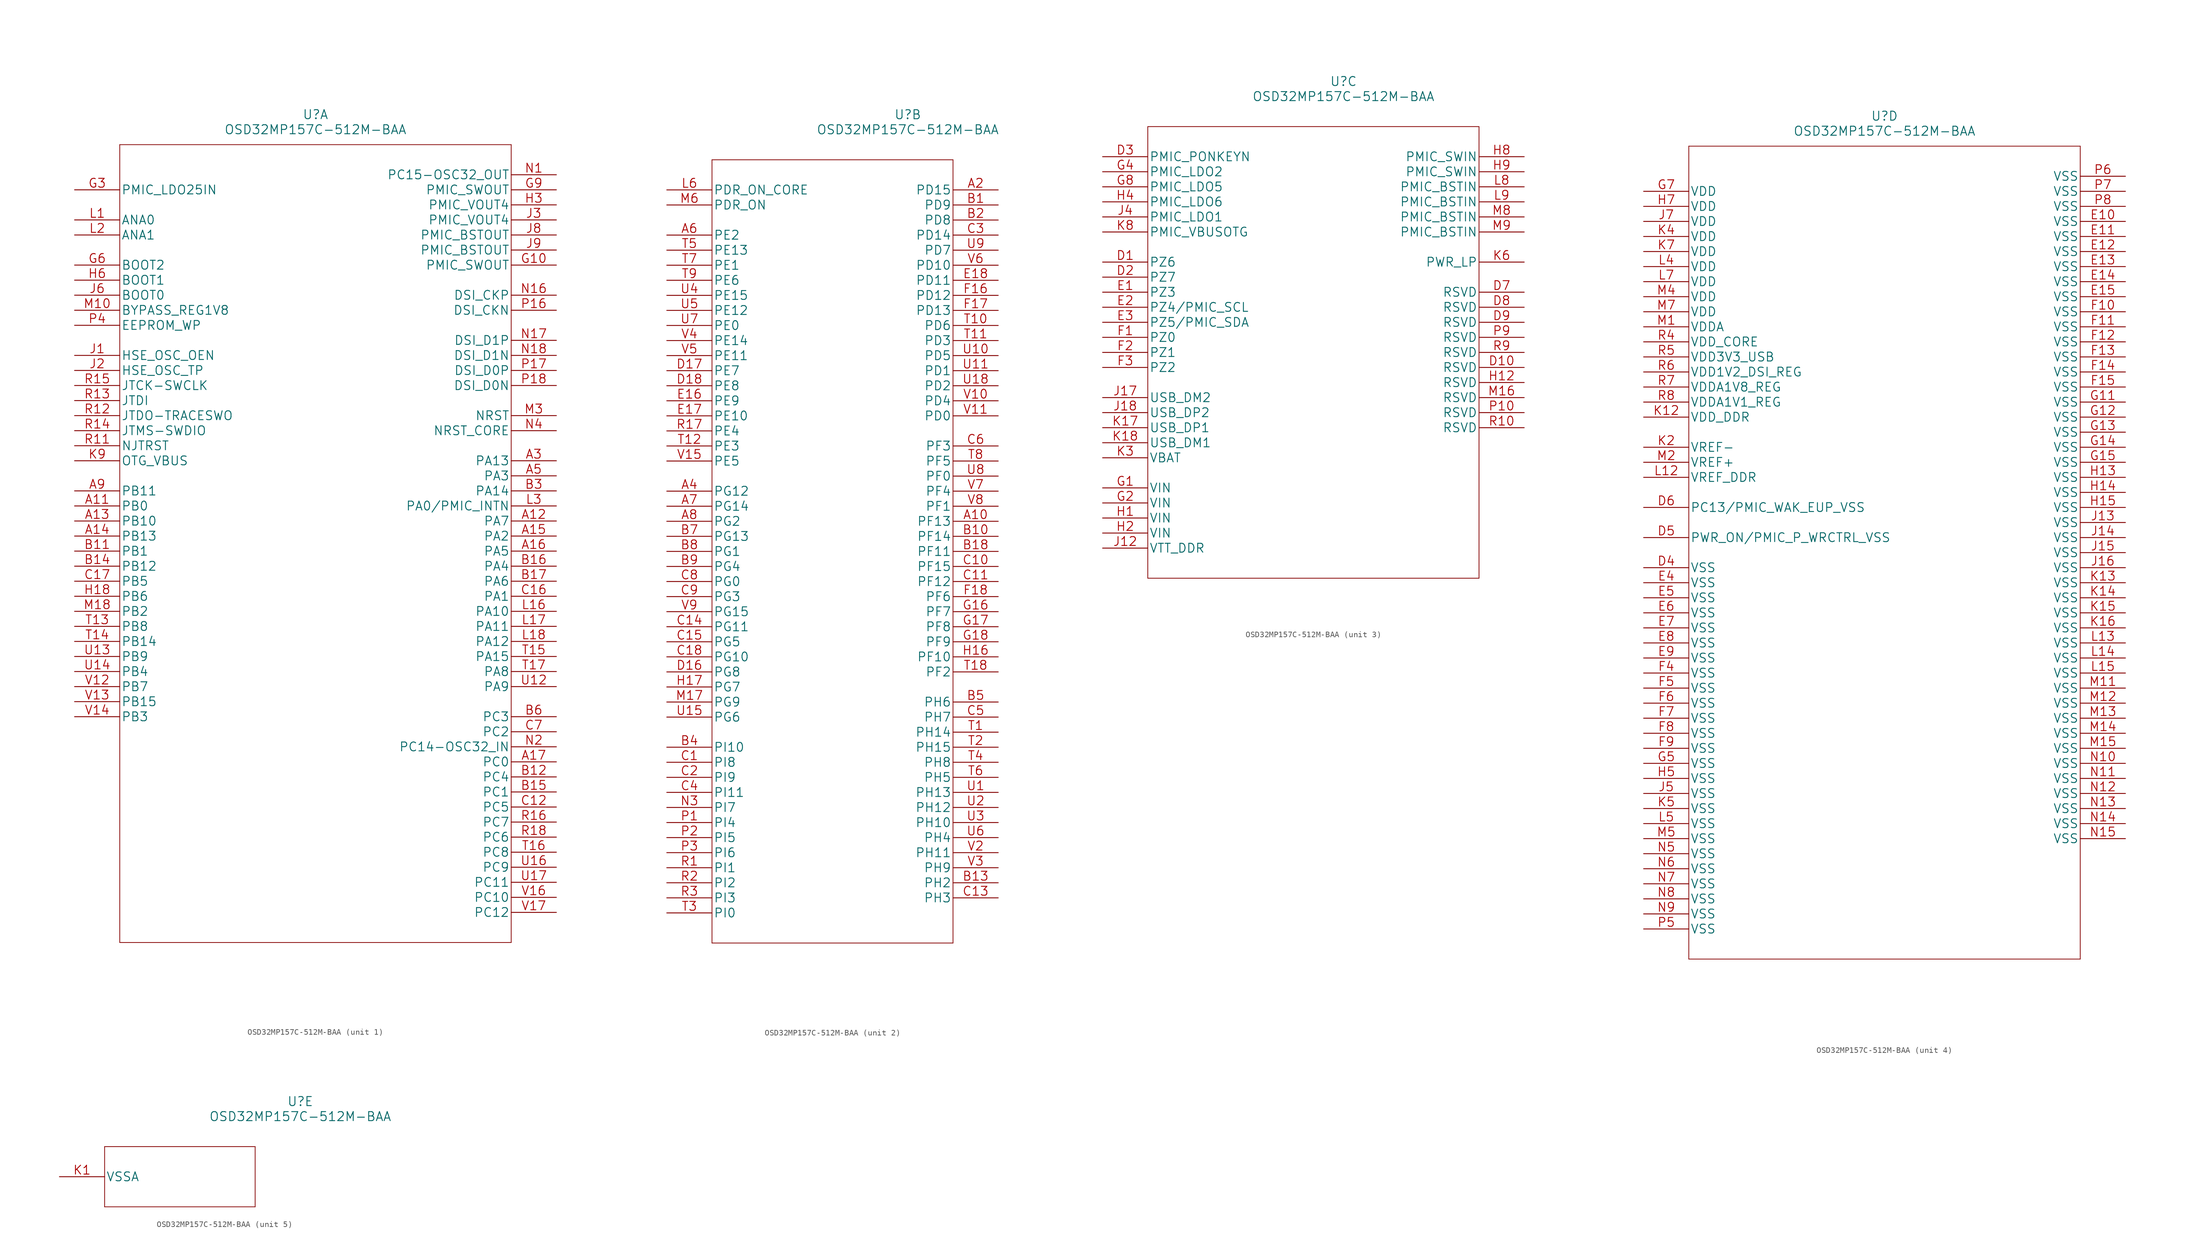
<source format=kicad_sym>
(kicad_symbol_lib
  (version 20211014)
  (generator kicad_symbol_editor)
  (symbol "OSD32MP157C-512M-BAA"
    (pin_names
      (offset 0.254))
    (property "Reference" "U"
      (at 40.64 12.7 0)
      (effects (font (size 1.524 1.524))))
    (property "Value" "OSD32MP157C-512M-BAA"
      (at 40.64 10.16 0)
      (effects (font (size 1.524 1.524))))
    (property "ki_locked" ""
      (at 0 0 0)
      (effects (font (size 1.27 1.27))))
    (symbol "OSD32MP157C-512M-BAA_1_1"
      (polyline (pts (xy 7.62 -127) (xy 73.66 -127)) (stroke (width 0.127) (type default) (color 0 0 0 0)) (fill (type none)))
      (polyline (pts (xy 7.62 7.62) (xy 7.62 -127)) (stroke (width 0.127) (type default) (color 0 0 0 0)) (fill (type none)))
      (polyline (pts (xy 73.66 -127) (xy 73.66 7.62)) (stroke (width 0.127) (type default) (color 0 0 0 0)) (fill (type none)))
      (polyline (pts (xy 73.66 7.62) (xy 7.62 7.62)) (stroke (width 0.127) (type default) (color 0 0 0 0)) (fill (type none)))
      (pin bidirectional line (at 0 -53.34 0) (length 7.62) (name "PB0" (effects (font (size 1.499 1.499)))) (number "A11" (effects (font (size 1.499 1.499)))))
      (pin bidirectional line (at 81.28 -55.88 180) (length 7.62) (name "PA7" (effects (font (size 1.499 1.499)))) (number "A12" (effects (font (size 1.499 1.499)))))
      (pin bidirectional line (at 0 -55.88 0) (length 7.62) (name "PB10" (effects (font (size 1.499 1.499)))) (number "A13" (effects (font (size 1.499 1.499)))))
      (pin bidirectional line (at 0 -58.42 0) (length 7.62) (name "PB13" (effects (font (size 1.499 1.499)))) (number "A14" (effects (font (size 1.499 1.499)))))
      (pin bidirectional line (at 81.28 -58.42 180) (length 7.62) (name "PA2" (effects (font (size 1.499 1.499)))) (number "A15" (effects (font (size 1.499 1.499)))))
      (pin bidirectional line (at 81.28 -60.96 180) (length 7.62) (name "PA5" (effects (font (size 1.499 1.499)))) (number "A16" (effects (font (size 1.499 1.499)))))
      (pin bidirectional line (at 81.28 -96.52 180) (length 7.62) (name "PC0" (effects (font (size 1.499 1.499)))) (number "A17" (effects (font (size 1.499 1.499)))))
      (pin bidirectional line (at 81.28 -45.72 180) (length 7.62) (name "PA13" (effects (font (size 1.499 1.499)))) (number "A3" (effects (font (size 1.499 1.499)))))
      (pin bidirectional line (at 81.28 -48.26 180) (length 7.62) (name "PA3" (effects (font (size 1.499 1.499)))) (number "A5" (effects (font (size 1.499 1.499)))))
      (pin bidirectional line (at 0 -50.8 0) (length 7.62) (name "PB11" (effects (font (size 1.499 1.499)))) (number "A9" (effects (font (size 1.499 1.499)))))
      (pin bidirectional line (at 0 -60.96 0) (length 7.62) (name "PB1" (effects (font (size 1.499 1.499)))) (number "B11" (effects (font (size 1.499 1.499)))))
      (pin bidirectional line (at 81.28 -99.06 180) (length 7.62) (name "PC4" (effects (font (size 1.499 1.499)))) (number "B12" (effects (font (size 1.499 1.499)))))
      (pin bidirectional line (at 0 -63.5 0) (length 7.62) (name "PB12" (effects (font (size 1.499 1.499)))) (number "B14" (effects (font (size 1.499 1.499)))))
      (pin bidirectional line (at 81.28 -101.6 180) (length 7.62) (name "PC1" (effects (font (size 1.499 1.499)))) (number "B15" (effects (font (size 1.499 1.499)))))
      (pin bidirectional line (at 81.28 -63.5 180) (length 7.62) (name "PA4" (effects (font (size 1.499 1.499)))) (number "B16" (effects (font (size 1.499 1.499)))))
      (pin bidirectional line (at 81.28 -66.04 180) (length 7.62) (name "PA6" (effects (font (size 1.499 1.499)))) (number "B17" (effects (font (size 1.499 1.499)))))
      (pin bidirectional line (at 81.28 -50.8 180) (length 7.62) (name "PA14" (effects (font (size 1.499 1.499)))) (number "B3" (effects (font (size 1.499 1.499)))))
      (pin bidirectional line (at 81.28 -88.9 180) (length 7.62) (name "PC3" (effects (font (size 1.499 1.499)))) (number "B6" (effects (font (size 1.499 1.499)))))
      (pin bidirectional line (at 81.28 -104.14 180) (length 7.62) (name "PC5" (effects (font (size 1.499 1.499)))) (number "C12" (effects (font (size 1.499 1.499)))))
      (pin bidirectional line (at 81.28 -68.58 180) (length 7.62) (name "PA1" (effects (font (size 1.499 1.499)))) (number "C16" (effects (font (size 1.499 1.499)))))
      (pin bidirectional line (at 0 -66.04 0) (length 7.62) (name "PB5" (effects (font (size 1.499 1.499)))) (number "C17" (effects (font (size 1.499 1.499)))))
      (pin bidirectional line (at 81.28 -91.44 180) (length 7.62) (name "PC2" (effects (font (size 1.499 1.499)))) (number "C7" (effects (font (size 1.499 1.499)))))
      (pin output line (at 81.28 -12.7 180) (length 7.62) (name "PMIC_SWOUT" (effects (font (size 1.499 1.499)))) (number "G10" (effects (font (size 1.499 1.499)))))
      (pin input line (at 0 0 0) (length 7.62) (name "PMIC_LDO25IN" (effects (font (size 1.499 1.499)))) (number "G3" (effects (font (size 1.499 1.499)))))
      (pin bidirectional line (at 0 -12.7 0) (length 7.62) (name "BOOT2" (effects (font (size 1.499 1.499)))) (number "G6" (effects (font (size 1.499 1.499)))))
      (pin output line (at 81.28 0 180) (length 7.62) (name "PMIC_SWOUT" (effects (font (size 1.499 1.499)))) (number "G9" (effects (font (size 1.499 1.499)))))
      (pin bidirectional line (at 0 -68.58 0) (length 7.62) (name "PB6" (effects (font (size 1.499 1.499)))) (number "H18" (effects (font (size 1.499 1.499)))))
      (pin output line (at 81.28 -2.54 180) (length 7.62) (name "PMIC_VOUT4" (effects (font (size 1.499 1.499)))) (number "H3" (effects (font (size 1.499 1.499)))))
      (pin bidirectional line (at 0 -15.24 0) (length 7.62) (name "BOOT1" (effects (font (size 1.499 1.499)))) (number "H6" (effects (font (size 1.499 1.499)))))
      (pin unspecified line (at 0 -27.94 0) (length 7.62) (name "HSE_OSC_OEN" (effects (font (size 1.499 1.499)))) (number "J1" (effects (font (size 1.499 1.499)))))
      (pin unspecified line (at 0 -30.48 0) (length 7.62) (name "HSE_OSC_TP" (effects (font (size 1.499 1.499)))) (number "J2" (effects (font (size 1.499 1.499)))))
      (pin output line (at 81.28 -5.08 180) (length 7.62) (name "PMIC_VOUT4" (effects (font (size 1.499 1.499)))) (number "J3" (effects (font (size 1.499 1.499)))))
      (pin bidirectional line (at 0 -17.78 0) (length 7.62) (name "BOOT0" (effects (font (size 1.499 1.499)))) (number "J6" (effects (font (size 1.499 1.499)))))
      (pin output line (at 81.28 -7.62 180) (length 7.62) (name "PMIC_BSTOUT" (effects (font (size 1.499 1.499)))) (number "J8" (effects (font (size 1.499 1.499)))))
      (pin output line (at 81.28 -10.16 180) (length 7.62) (name "PMIC_BSTOUT" (effects (font (size 1.499 1.499)))) (number "J9" (effects (font (size 1.499 1.499)))))
      (pin unspecified line (at 0 -45.72 0) (length 7.62) (name "OTG_VBUS" (effects (font (size 1.499 1.499)))) (number "K9" (effects (font (size 1.499 1.499)))))
      (pin bidirectional line (at 0 -5.08 0) (length 7.62) (name "ANA0" (effects (font (size 1.499 1.499)))) (number "L1" (effects (font (size 1.499 1.499)))))
      (pin bidirectional line (at 81.28 -71.12 180) (length 7.62) (name "PA10" (effects (font (size 1.499 1.499)))) (number "L16" (effects (font (size 1.499 1.499)))))
      (pin bidirectional line (at 81.28 -73.66 180) (length 7.62) (name "PA11" (effects (font (size 1.499 1.499)))) (number "L17" (effects (font (size 1.499 1.499)))))
      (pin bidirectional line (at 81.28 -76.2 180) (length 7.62) (name "PA12" (effects (font (size 1.499 1.499)))) (number "L18" (effects (font (size 1.499 1.499)))))
      (pin bidirectional line (at 0 -7.62 0) (length 7.62) (name "ANA1" (effects (font (size 1.499 1.499)))) (number "L2" (effects (font (size 1.499 1.499)))))
      (pin bidirectional line (at 81.28 -53.34 180) (length 7.62) (name "PA0/PMIC_INTN" (effects (font (size 1.499 1.499)))) (number "L3" (effects (font (size 1.499 1.499)))))
      (pin unspecified line (at 0 -20.32 0) (length 7.62) (name "BYPASS_REG1V8" (effects (font (size 1.499 1.499)))) (number "M10" (effects (font (size 1.499 1.499)))))
      (pin bidirectional line (at 0 -71.12 0) (length 7.62) (name "PB2" (effects (font (size 1.499 1.499)))) (number "M18" (effects (font (size 1.499 1.499)))))
      (pin unspecified line (at 81.28 -38.1 180) (length 7.62) (name "NRST" (effects (font (size 1.499 1.499)))) (number "M3" (effects (font (size 1.499 1.499)))))
      (pin output line (at 81.28 2.54 180) (length 7.62) (name "PC15-OSC32_OUT" (effects (font (size 1.499 1.499)))) (number "N1" (effects (font (size 1.499 1.499)))))
      (pin unspecified line (at 81.28 -17.78 180) (length 7.62) (name "DSI_CKP" (effects (font (size 1.499 1.499)))) (number "N16" (effects (font (size 1.499 1.499)))))
      (pin bidirectional line (at 81.28 -25.4 180) (length 7.62) (name "DSI_D1P" (effects (font (size 1.499 1.499)))) (number "N17" (effects (font (size 1.499 1.499)))))
      (pin bidirectional line (at 81.28 -27.94 180) (length 7.62) (name "DSI_D1N" (effects (font (size 1.499 1.499)))) (number "N18" (effects (font (size 1.499 1.499)))))
      (pin bidirectional line (at 81.28 -93.98 180) (length 7.62) (name "PC14-OSC32_IN" (effects (font (size 1.499 1.499)))) (number "N2" (effects (font (size 1.499 1.499)))))
      (pin unspecified line (at 81.28 -40.64 180) (length 7.62) (name "NRST_CORE" (effects (font (size 1.499 1.499)))) (number "N4" (effects (font (size 1.499 1.499)))))
      (pin unspecified line (at 81.28 -20.32 180) (length 7.62) (name "DSI_CKN" (effects (font (size 1.499 1.499)))) (number "P16" (effects (font (size 1.499 1.499)))))
      (pin bidirectional line (at 81.28 -30.48 180) (length 7.62) (name "DSI_D0P" (effects (font (size 1.499 1.499)))) (number "P17" (effects (font (size 1.499 1.499)))))
      (pin bidirectional line (at 81.28 -33.02 180) (length 7.62) (name "DSI_D0N" (effects (font (size 1.499 1.499)))) (number "P18" (effects (font (size 1.499 1.499)))))
      (pin unspecified line (at 0 -22.86 0) (length 7.62) (name "EEPROM_WP" (effects (font (size 1.499 1.499)))) (number "P4" (effects (font (size 1.499 1.499)))))
      (pin unspecified line (at 0 -43.18 0) (length 7.62) (name "NJTRST" (effects (font (size 1.499 1.499)))) (number "R11" (effects (font (size 1.499 1.499)))))
      (pin unspecified line (at 0 -38.1 0) (length 7.62) (name "JTDO-TRACESWO" (effects (font (size 1.499 1.499)))) (number "R12" (effects (font (size 1.499 1.499)))))
      (pin unspecified line (at 0 -35.56 0) (length 7.62) (name "JTDI" (effects (font (size 1.499 1.499)))) (number "R13" (effects (font (size 1.499 1.499)))))
      (pin unspecified line (at 0 -40.64 0) (length 7.62) (name "JTMS-SWDIO" (effects (font (size 1.499 1.499)))) (number "R14" (effects (font (size 1.499 1.499)))))
      (pin unspecified line (at 0 -33.02 0) (length 7.62) (name "JTCK-SWCLK" (effects (font (size 1.499 1.499)))) (number "R15" (effects (font (size 1.499 1.499)))))
      (pin bidirectional line (at 81.28 -106.68 180) (length 7.62) (name "PC7" (effects (font (size 1.499 1.499)))) (number "R16" (effects (font (size 1.499 1.499)))))
      (pin bidirectional line (at 81.28 -109.22 180) (length 7.62) (name "PC6" (effects (font (size 1.499 1.499)))) (number "R18" (effects (font (size 1.499 1.499)))))
      (pin bidirectional line (at 0 -73.66 0) (length 7.62) (name "PB8" (effects (font (size 1.499 1.499)))) (number "T13" (effects (font (size 1.499 1.499)))))
      (pin bidirectional line (at 0 -76.2 0) (length 7.62) (name "PB14" (effects (font (size 1.499 1.499)))) (number "T14" (effects (font (size 1.499 1.499)))))
      (pin bidirectional line (at 81.28 -78.74 180) (length 7.62) (name "PA15" (effects (font (size 1.499 1.499)))) (number "T15" (effects (font (size 1.499 1.499)))))
      (pin bidirectional line (at 81.28 -111.76 180) (length 7.62) (name "PC8" (effects (font (size 1.499 1.499)))) (number "T16" (effects (font (size 1.499 1.499)))))
      (pin bidirectional line (at 81.28 -81.28 180) (length 7.62) (name "PA8" (effects (font (size 1.499 1.499)))) (number "T17" (effects (font (size 1.499 1.499)))))
      (pin bidirectional line (at 81.28 -83.82 180) (length 7.62) (name "PA9" (effects (font (size 1.499 1.499)))) (number "U12" (effects (font (size 1.499 1.499)))))
      (pin bidirectional line (at 0 -78.74 0) (length 7.62) (name "PB9" (effects (font (size 1.499 1.499)))) (number "U13" (effects (font (size 1.499 1.499)))))
      (pin bidirectional line (at 0 -81.28 0) (length 7.62) (name "PB4" (effects (font (size 1.499 1.499)))) (number "U14" (effects (font (size 1.499 1.499)))))
      (pin bidirectional line (at 81.28 -114.3 180) (length 7.62) (name "PC9" (effects (font (size 1.499 1.499)))) (number "U16" (effects (font (size 1.499 1.499)))))
      (pin bidirectional line (at 81.28 -116.84 180) (length 7.62) (name "PC11" (effects (font (size 1.499 1.499)))) (number "U17" (effects (font (size 1.499 1.499)))))
      (pin bidirectional line (at 0 -83.82 0) (length 7.62) (name "PB7" (effects (font (size 1.499 1.499)))) (number "V12" (effects (font (size 1.499 1.499)))))
      (pin bidirectional line (at 0 -86.36 0) (length 7.62) (name "PB15" (effects (font (size 1.499 1.499)))) (number "V13" (effects (font (size 1.499 1.499)))))
      (pin bidirectional line (at 0 -88.9 0) (length 7.62) (name "PB3" (effects (font (size 1.499 1.499)))) (number "V14" (effects (font (size 1.499 1.499)))))
      (pin bidirectional line (at 81.28 -119.38 180) (length 7.62) (name "PC10" (effects (font (size 1.499 1.499)))) (number "V16" (effects (font (size 1.499 1.499)))))
      (pin bidirectional line (at 81.28 -121.92 180) (length 7.62) (name "PC12" (effects (font (size 1.499 1.499)))) (number "V17" (effects (font (size 1.499 1.499))))))
    (symbol "OSD32MP157C-512M-BAA_2_1"
      (polyline (pts (xy 7.62 -127) (xy 48.26 -127)) (stroke (width 0.127) (type default) (color 0 0 0 0)) (fill (type none)))
      (polyline (pts (xy 7.62 5.08) (xy 7.62 -127)) (stroke (width 0.127) (type default) (color 0 0 0 0)) (fill (type none)))
      (polyline (pts (xy 48.26 -127) (xy 48.26 5.08)) (stroke (width 0.127) (type default) (color 0 0 0 0)) (fill (type none)))
      (polyline (pts (xy 48.26 5.08) (xy 7.62 5.08)) (stroke (width 0.127) (type default) (color 0 0 0 0)) (fill (type none)))
      (pin bidirectional line (at 55.88 -55.88 180) (length 7.62) (name "PF13" (effects (font (size 1.499 1.499)))) (number "A10" (effects (font (size 1.499 1.499)))))
      (pin bidirectional line (at 55.88 0 180) (length 7.62) (name "PD15" (effects (font (size 1.499 1.499)))) (number "A2" (effects (font (size 1.499 1.499)))))
      (pin bidirectional line (at 0 -50.8 0) (length 7.62) (name "PG12" (effects (font (size 1.499 1.499)))) (number "A4" (effects (font (size 1.499 1.499)))))
      (pin bidirectional line (at 0 -7.62 0) (length 7.62) (name "PE2" (effects (font (size 1.499 1.499)))) (number "A6" (effects (font (size 1.499 1.499)))))
      (pin bidirectional line (at 0 -53.34 0) (length 7.62) (name "PG14" (effects (font (size 1.499 1.499)))) (number "A7" (effects (font (size 1.499 1.499)))))
      (pin bidirectional line (at 0 -55.88 0) (length 7.62) (name "PG2" (effects (font (size 1.499 1.499)))) (number "A8" (effects (font (size 1.499 1.499)))))
      (pin bidirectional line (at 55.88 -2.54 180) (length 7.62) (name "PD9" (effects (font (size 1.499 1.499)))) (number "B1" (effects (font (size 1.499 1.499)))))
      (pin bidirectional line (at 55.88 -58.42 180) (length 7.62) (name "PF14" (effects (font (size 1.499 1.499)))) (number "B10" (effects (font (size 1.499 1.499)))))
      (pin bidirectional line (at 55.88 -116.84 180) (length 7.62) (name "PH2" (effects (font (size 1.499 1.499)))) (number "B13" (effects (font (size 1.499 1.499)))))
      (pin bidirectional line (at 55.88 -60.96 180) (length 7.62) (name "PF11" (effects (font (size 1.499 1.499)))) (number "B18" (effects (font (size 1.499 1.499)))))
      (pin bidirectional line (at 55.88 -5.08 180) (length 7.62) (name "PD8" (effects (font (size 1.499 1.499)))) (number "B2" (effects (font (size 1.499 1.499)))))
      (pin bidirectional line (at 0 -93.98 0) (length 7.62) (name "PI10" (effects (font (size 1.499 1.499)))) (number "B4" (effects (font (size 1.499 1.499)))))
      (pin bidirectional line (at 55.88 -86.36 180) (length 7.62) (name "PH6" (effects (font (size 1.499 1.499)))) (number "B5" (effects (font (size 1.499 1.499)))))
      (pin bidirectional line (at 0 -58.42 0) (length 7.62) (name "PG13" (effects (font (size 1.499 1.499)))) (number "B7" (effects (font (size 1.499 1.499)))))
      (pin bidirectional line (at 0 -60.96 0) (length 7.62) (name "PG1" (effects (font (size 1.499 1.499)))) (number "B8" (effects (font (size 1.499 1.499)))))
      (pin bidirectional line (at 0 -63.5 0) (length 7.62) (name "PG4" (effects (font (size 1.499 1.499)))) (number "B9" (effects (font (size 1.499 1.499)))))
      (pin bidirectional line (at 0 -96.52 0) (length 7.62) (name "PI8" (effects (font (size 1.499 1.499)))) (number "C1" (effects (font (size 1.499 1.499)))))
      (pin bidirectional line (at 55.88 -63.5 180) (length 7.62) (name "PF15" (effects (font (size 1.499 1.499)))) (number "C10" (effects (font (size 1.499 1.499)))))
      (pin bidirectional line (at 55.88 -66.04 180) (length 7.62) (name "PF12" (effects (font (size 1.499 1.499)))) (number "C11" (effects (font (size 1.499 1.499)))))
      (pin bidirectional line (at 55.88 -119.38 180) (length 7.62) (name "PH3" (effects (font (size 1.499 1.499)))) (number "C13" (effects (font (size 1.499 1.499)))))
      (pin bidirectional line (at 0 -73.66 0) (length 7.62) (name "PG11" (effects (font (size 1.499 1.499)))) (number "C14" (effects (font (size 1.499 1.499)))))
      (pin bidirectional line (at 0 -76.2 0) (length 7.62) (name "PG5" (effects (font (size 1.499 1.499)))) (number "C15" (effects (font (size 1.499 1.499)))))
      (pin bidirectional line (at 0 -78.74 0) (length 7.62) (name "PG10" (effects (font (size 1.499 1.499)))) (number "C18" (effects (font (size 1.499 1.499)))))
      (pin bidirectional line (at 0 -99.06 0) (length 7.62) (name "PI9" (effects (font (size 1.499 1.499)))) (number "C2" (effects (font (size 1.499 1.499)))))
      (pin bidirectional line (at 55.88 -7.62 180) (length 7.62) (name "PD14" (effects (font (size 1.499 1.499)))) (number "C3" (effects (font (size 1.499 1.499)))))
      (pin bidirectional line (at 0 -101.6 0) (length 7.62) (name "PI11" (effects (font (size 1.499 1.499)))) (number "C4" (effects (font (size 1.499 1.499)))))
      (pin bidirectional line (at 55.88 -88.9 180) (length 7.62) (name "PH7" (effects (font (size 1.499 1.499)))) (number "C5" (effects (font (size 1.499 1.499)))))
      (pin bidirectional line (at 55.88 -43.18 180) (length 7.62) (name "PF3" (effects (font (size 1.499 1.499)))) (number "C6" (effects (font (size 1.499 1.499)))))
      (pin bidirectional line (at 0 -66.04 0) (length 7.62) (name "PG0" (effects (font (size 1.499 1.499)))) (number "C8" (effects (font (size 1.499 1.499)))))
      (pin bidirectional line (at 0 -68.58 0) (length 7.62) (name "PG3" (effects (font (size 1.499 1.499)))) (number "C9" (effects (font (size 1.499 1.499)))))
      (pin bidirectional line (at 0 -81.28 0) (length 7.62) (name "PG8" (effects (font (size 1.499 1.499)))) (number "D16" (effects (font (size 1.499 1.499)))))
      (pin bidirectional line (at 0 -30.48 0) (length 7.62) (name "PE7" (effects (font (size 1.499 1.499)))) (number "D17" (effects (font (size 1.499 1.499)))))
      (pin bidirectional line (at 0 -33.02 0) (length 7.62) (name "PE8" (effects (font (size 1.499 1.499)))) (number "D18" (effects (font (size 1.499 1.499)))))
      (pin bidirectional line (at 0 -35.56 0) (length 7.62) (name "PE9" (effects (font (size 1.499 1.499)))) (number "E16" (effects (font (size 1.499 1.499)))))
      (pin bidirectional line (at 0 -38.1 0) (length 7.62) (name "PE10" (effects (font (size 1.499 1.499)))) (number "E17" (effects (font (size 1.499 1.499)))))
      (pin bidirectional line (at 55.88 -15.24 180) (length 7.62) (name "PD11" (effects (font (size 1.499 1.499)))) (number "E18" (effects (font (size 1.499 1.499)))))
      (pin bidirectional line (at 55.88 -17.78 180) (length 7.62) (name "PD12" (effects (font (size 1.499 1.499)))) (number "F16" (effects (font (size 1.499 1.499)))))
      (pin bidirectional line (at 55.88 -20.32 180) (length 7.62) (name "PD13" (effects (font (size 1.499 1.499)))) (number "F17" (effects (font (size 1.499 1.499)))))
      (pin bidirectional line (at 55.88 -68.58 180) (length 7.62) (name "PF6" (effects (font (size 1.499 1.499)))) (number "F18" (effects (font (size 1.499 1.499)))))
      (pin bidirectional line (at 55.88 -71.12 180) (length 7.62) (name "PF7" (effects (font (size 1.499 1.499)))) (number "G16" (effects (font (size 1.499 1.499)))))
      (pin bidirectional line (at 55.88 -73.66 180) (length 7.62) (name "PF8" (effects (font (size 1.499 1.499)))) (number "G17" (effects (font (size 1.499 1.499)))))
      (pin bidirectional line (at 55.88 -76.2 180) (length 7.62) (name "PF9" (effects (font (size 1.499 1.499)))) (number "G18" (effects (font (size 1.499 1.499)))))
      (pin bidirectional line (at 55.88 -78.74 180) (length 7.62) (name "PF10" (effects (font (size 1.499 1.499)))) (number "H16" (effects (font (size 1.499 1.499)))))
      (pin bidirectional line (at 0 -83.82 0) (length 7.62) (name "PG7" (effects (font (size 1.499 1.499)))) (number "H17" (effects (font (size 1.499 1.499)))))
      (pin unspecified line (at 0 0 0) (length 7.62) (name "PDR_ON_CORE" (effects (font (size 1.499 1.499)))) (number "L6" (effects (font (size 1.499 1.499)))))
      (pin bidirectional line (at 0 -86.36 0) (length 7.62) (name "PG9" (effects (font (size 1.499 1.499)))) (number "M17" (effects (font (size 1.499 1.499)))))
      (pin unspecified line (at 0 -2.54 0) (length 7.62) (name "PDR_ON" (effects (font (size 1.499 1.499)))) (number "M6" (effects (font (size 1.499 1.499)))))
      (pin bidirectional line (at 0 -104.14 0) (length 7.62) (name "PI7" (effects (font (size 1.499 1.499)))) (number "N3" (effects (font (size 1.499 1.499)))))
      (pin bidirectional line (at 0 -106.68 0) (length 7.62) (name "PI4" (effects (font (size 1.499 1.499)))) (number "P1" (effects (font (size 1.499 1.499)))))
      (pin bidirectional line (at 0 -109.22 0) (length 7.62) (name "PI5" (effects (font (size 1.499 1.499)))) (number "P2" (effects (font (size 1.499 1.499)))))
      (pin bidirectional line (at 0 -111.76 0) (length 7.62) (name "PI6" (effects (font (size 1.499 1.499)))) (number "P3" (effects (font (size 1.499 1.499)))))
      (pin bidirectional line (at 0 -114.3 0) (length 7.62) (name "PI1" (effects (font (size 1.499 1.499)))) (number "R1" (effects (font (size 1.499 1.499)))))
      (pin bidirectional line (at 0 -40.64 0) (length 7.62) (name "PE4" (effects (font (size 1.499 1.499)))) (number "R17" (effects (font (size 1.499 1.499)))))
      (pin bidirectional line (at 0 -116.84 0) (length 7.62) (name "PI2" (effects (font (size 1.499 1.499)))) (number "R2" (effects (font (size 1.499 1.499)))))
      (pin bidirectional line (at 0 -119.38 0) (length 7.62) (name "PI3" (effects (font (size 1.499 1.499)))) (number "R3" (effects (font (size 1.499 1.499)))))
      (pin bidirectional line (at 55.88 -91.44 180) (length 7.62) (name "PH14" (effects (font (size 1.499 1.499)))) (number "T1" (effects (font (size 1.499 1.499)))))
      (pin bidirectional line (at 55.88 -22.86 180) (length 7.62) (name "PD6" (effects (font (size 1.499 1.499)))) (number "T10" (effects (font (size 1.499 1.499)))))
      (pin bidirectional line (at 55.88 -25.4 180) (length 7.62) (name "PD3" (effects (font (size 1.499 1.499)))) (number "T11" (effects (font (size 1.499 1.499)))))
      (pin bidirectional line (at 0 -43.18 0) (length 7.62) (name "PE3" (effects (font (size 1.499 1.499)))) (number "T12" (effects (font (size 1.499 1.499)))))
      (pin bidirectional line (at 55.88 -81.28 180) (length 7.62) (name "PF2" (effects (font (size 1.499 1.499)))) (number "T18" (effects (font (size 1.499 1.499)))))
      (pin bidirectional line (at 55.88 -93.98 180) (length 7.62) (name "PH15" (effects (font (size 1.499 1.499)))) (number "T2" (effects (font (size 1.499 1.499)))))
      (pin bidirectional line (at 0 -121.92 0) (length 7.62) (name "PI0" (effects (font (size 1.499 1.499)))) (number "T3" (effects (font (size 1.499 1.499)))))
      (pin bidirectional line (at 55.88 -96.52 180) (length 7.62) (name "PH8" (effects (font (size 1.499 1.499)))) (number "T4" (effects (font (size 1.499 1.499)))))
      (pin bidirectional line (at 0 -10.16 0) (length 7.62) (name "PE13" (effects (font (size 1.499 1.499)))) (number "T5" (effects (font (size 1.499 1.499)))))
      (pin bidirectional line (at 55.88 -99.06 180) (length 7.62) (name "PH5" (effects (font (size 1.499 1.499)))) (number "T6" (effects (font (size 1.499 1.499)))))
      (pin bidirectional line (at 0 -12.7 0) (length 7.62) (name "PE1" (effects (font (size 1.499 1.499)))) (number "T7" (effects (font (size 1.499 1.499)))))
      (pin bidirectional line (at 55.88 -45.72 180) (length 7.62) (name "PF5" (effects (font (size 1.499 1.499)))) (number "T8" (effects (font (size 1.499 1.499)))))
      (pin bidirectional line (at 0 -15.24 0) (length 7.62) (name "PE6" (effects (font (size 1.499 1.499)))) (number "T9" (effects (font (size 1.499 1.499)))))
      (pin bidirectional line (at 55.88 -101.6 180) (length 7.62) (name "PH13" (effects (font (size 1.499 1.499)))) (number "U1" (effects (font (size 1.499 1.499)))))
      (pin bidirectional line (at 55.88 -27.94 180) (length 7.62) (name "PD5" (effects (font (size 1.499 1.499)))) (number "U10" (effects (font (size 1.499 1.499)))))
      (pin bidirectional line (at 55.88 -30.48 180) (length 7.62) (name "PD1" (effects (font (size 1.499 1.499)))) (number "U11" (effects (font (size 1.499 1.499)))))
      (pin bidirectional line (at 0 -88.9 0) (length 7.62) (name "PG6" (effects (font (size 1.499 1.499)))) (number "U15" (effects (font (size 1.499 1.499)))))
      (pin bidirectional line (at 55.88 -33.02 180) (length 7.62) (name "PD2" (effects (font (size 1.499 1.499)))) (number "U18" (effects (font (size 1.499 1.499)))))
      (pin bidirectional line (at 55.88 -104.14 180) (length 7.62) (name "PH12" (effects (font (size 1.499 1.499)))) (number "U2" (effects (font (size 1.499 1.499)))))
      (pin bidirectional line (at 55.88 -106.68 180) (length 7.62) (name "PH10" (effects (font (size 1.499 1.499)))) (number "U3" (effects (font (size 1.499 1.499)))))
      (pin bidirectional line (at 0 -17.78 0) (length 7.62) (name "PE15" (effects (font (size 1.499 1.499)))) (number "U4" (effects (font (size 1.499 1.499)))))
      (pin bidirectional line (at 0 -20.32 0) (length 7.62) (name "PE12" (effects (font (size 1.499 1.499)))) (number "U5" (effects (font (size 1.499 1.499)))))
      (pin bidirectional line (at 55.88 -109.22 180) (length 7.62) (name "PH4" (effects (font (size 1.499 1.499)))) (number "U6" (effects (font (size 1.499 1.499)))))
      (pin bidirectional line (at 0 -22.86 0) (length 7.62) (name "PE0" (effects (font (size 1.499 1.499)))) (number "U7" (effects (font (size 1.499 1.499)))))
      (pin bidirectional line (at 55.88 -48.26 180) (length 7.62) (name "PF0" (effects (font (size 1.499 1.499)))) (number "U8" (effects (font (size 1.499 1.499)))))
      (pin bidirectional line (at 55.88 -10.16 180) (length 7.62) (name "PD7" (effects (font (size 1.499 1.499)))) (number "U9" (effects (font (size 1.499 1.499)))))
      (pin bidirectional line (at 55.88 -35.56 180) (length 7.62) (name "PD4" (effects (font (size 1.499 1.499)))) (number "V10" (effects (font (size 1.499 1.499)))))
      (pin bidirectional line (at 55.88 -38.1 180) (length 7.62) (name "PD0" (effects (font (size 1.499 1.499)))) (number "V11" (effects (font (size 1.499 1.499)))))
      (pin bidirectional line (at 0 -45.72 0) (length 7.62) (name "PE5" (effects (font (size 1.499 1.499)))) (number "V15" (effects (font (size 1.499 1.499)))))
      (pin bidirectional line (at 55.88 -111.76 180) (length 7.62) (name "PH11" (effects (font (size 1.499 1.499)))) (number "V2" (effects (font (size 1.499 1.499)))))
      (pin bidirectional line (at 55.88 -114.3 180) (length 7.62) (name "PH9" (effects (font (size 1.499 1.499)))) (number "V3" (effects (font (size 1.499 1.499)))))
      (pin bidirectional line (at 0 -25.4 0) (length 7.62) (name "PE14" (effects (font (size 1.499 1.499)))) (number "V4" (effects (font (size 1.499 1.499)))))
      (pin bidirectional line (at 0 -27.94 0) (length 7.62) (name "PE11" (effects (font (size 1.499 1.499)))) (number "V5" (effects (font (size 1.499 1.499)))))
      (pin bidirectional line (at 55.88 -12.7 180) (length 7.62) (name "PD10" (effects (font (size 1.499 1.499)))) (number "V6" (effects (font (size 1.499 1.499)))))
      (pin bidirectional line (at 55.88 -50.8 180) (length 7.62) (name "PF4" (effects (font (size 1.499 1.499)))) (number "V7" (effects (font (size 1.499 1.499)))))
      (pin bidirectional line (at 55.88 -53.34 180) (length 7.62) (name "PF1" (effects (font (size 1.499 1.499)))) (number "V8" (effects (font (size 1.499 1.499)))))
      (pin bidirectional line (at 0 -71.12 0) (length 7.62) (name "PG15" (effects (font (size 1.499 1.499)))) (number "V9" (effects (font (size 1.499 1.499))))))
    (symbol "OSD32MP157C-512M-BAA_3_1"
      (polyline (pts (xy 7.62 -71.12) (xy 63.5 -71.12)) (stroke (width 0.127) (type default) (color 0 0 0 0)) (fill (type none)))
      (polyline (pts (xy 7.62 5.08) (xy 7.62 -71.12)) (stroke (width 0.127) (type default) (color 0 0 0 0)) (fill (type none)))
      (polyline (pts (xy 63.5 -71.12) (xy 63.5 5.08)) (stroke (width 0.127) (type default) (color 0 0 0 0)) (fill (type none)))
      (polyline (pts (xy 63.5 5.08) (xy 7.62 5.08)) (stroke (width 0.127) (type default) (color 0 0 0 0)) (fill (type none)))
      (pin bidirectional line (at 0 -17.78 0) (length 7.62) (name "PZ6" (effects (font (size 1.499 1.499)))) (number "D1" (effects (font (size 1.499 1.499)))))
      (pin unspecified line (at 71.12 -35.56 180) (length 7.62) (name "RSVD" (effects (font (size 1.499 1.499)))) (number "D10" (effects (font (size 1.499 1.499)))))
      (pin bidirectional line (at 0 -20.32 0) (length 7.62) (name "PZ7" (effects (font (size 1.499 1.499)))) (number "D2" (effects (font (size 1.499 1.499)))))
      (pin unspecified line (at 0 0 0) (length 7.62) (name "PMIC_PONKEYN" (effects (font (size 1.499 1.499)))) (number "D3" (effects (font (size 1.499 1.499)))))
      (pin unspecified line (at 71.12 -22.86 180) (length 7.62) (name "RSVD" (effects (font (size 1.499 1.499)))) (number "D7" (effects (font (size 1.499 1.499)))))
      (pin unspecified line (at 71.12 -25.4 180) (length 7.62) (name "RSVD" (effects (font (size 1.499 1.499)))) (number "D8" (effects (font (size 1.499 1.499)))))
      (pin unspecified line (at 71.12 -27.94 180) (length 7.62) (name "RSVD" (effects (font (size 1.499 1.499)))) (number "D9" (effects (font (size 1.499 1.499)))))
      (pin bidirectional line (at 0 -22.86 0) (length 7.62) (name "PZ3" (effects (font (size 1.499 1.499)))) (number "E1" (effects (font (size 1.499 1.499)))))
      (pin bidirectional line (at 0 -25.4 0) (length 7.62) (name "PZ4/PMIC_SCL" (effects (font (size 1.499 1.499)))) (number "E2" (effects (font (size 1.499 1.499)))))
      (pin bidirectional line (at 0 -27.94 0) (length 7.62) (name "PZ5/PMIC_SDA" (effects (font (size 1.499 1.499)))) (number "E3" (effects (font (size 1.499 1.499)))))
      (pin bidirectional line (at 0 -30.48 0) (length 7.62) (name "PZ0" (effects (font (size 1.499 1.499)))) (number "F1" (effects (font (size 1.499 1.499)))))
      (pin bidirectional line (at 0 -33.02 0) (length 7.62) (name "PZ1" (effects (font (size 1.499 1.499)))) (number "F2" (effects (font (size 1.499 1.499)))))
      (pin bidirectional line (at 0 -35.56 0) (length 7.62) (name "PZ2" (effects (font (size 1.499 1.499)))) (number "F3" (effects (font (size 1.499 1.499)))))
      (pin unspecified line (at 0 -55.88 0) (length 7.62) (name "VIN" (effects (font (size 1.499 1.499)))) (number "G1" (effects (font (size 1.499 1.499)))))
      (pin unspecified line (at 0 -58.42 0) (length 7.62) (name "VIN" (effects (font (size 1.499 1.499)))) (number "G2" (effects (font (size 1.499 1.499)))))
      (pin bidirectional line (at 0 -2.54 0) (length 7.62) (name "PMIC_LDO2" (effects (font (size 1.499 1.499)))) (number "G4" (effects (font (size 1.499 1.499)))))
      (pin bidirectional line (at 0 -5.08 0) (length 7.62) (name "PMIC_LDO5" (effects (font (size 1.499 1.499)))) (number "G8" (effects (font (size 1.499 1.499)))))
      (pin unspecified line (at 0 -60.96 0) (length 7.62) (name "VIN" (effects (font (size 1.499 1.499)))) (number "H1" (effects (font (size 1.499 1.499)))))
      (pin unspecified line (at 71.12 -38.1 180) (length 7.62) (name "RSVD" (effects (font (size 1.499 1.499)))) (number "H12" (effects (font (size 1.499 1.499)))))
      (pin unspecified line (at 0 -63.5 0) (length 7.62) (name "VIN" (effects (font (size 1.499 1.499)))) (number "H2" (effects (font (size 1.499 1.499)))))
      (pin bidirectional line (at 0 -7.62 0) (length 7.62) (name "PMIC_LDO6" (effects (font (size 1.499 1.499)))) (number "H4" (effects (font (size 1.499 1.499)))))
      (pin unspecified line (at 71.12 0 180) (length 7.62) (name "PMIC_SWIN" (effects (font (size 1.499 1.499)))) (number "H8" (effects (font (size 1.499 1.499)))))
      (pin unspecified line (at 71.12 -2.54 180) (length 7.62) (name "PMIC_SWIN" (effects (font (size 1.499 1.499)))) (number "H9" (effects (font (size 1.499 1.499)))))
      (pin unspecified line (at 0 -66.04 0) (length 7.62) (name "VTT_DDR" (effects (font (size 1.499 1.499)))) (number "J12" (effects (font (size 1.499 1.499)))))
      (pin bidirectional line (at 0 -40.64 0) (length 7.62) (name "USB_DM2" (effects (font (size 1.499 1.499)))) (number "J17" (effects (font (size 1.499 1.499)))))
      (pin bidirectional line (at 0 -43.18 0) (length 7.62) (name "USB_DP2" (effects (font (size 1.499 1.499)))) (number "J18" (effects (font (size 1.499 1.499)))))
      (pin bidirectional line (at 0 -10.16 0) (length 7.62) (name "PMIC_LDO1" (effects (font (size 1.499 1.499)))) (number "J4" (effects (font (size 1.499 1.499)))))
      (pin bidirectional line (at 0 -45.72 0) (length 7.62) (name "USB_DP1" (effects (font (size 1.499 1.499)))) (number "K17" (effects (font (size 1.499 1.499)))))
      (pin bidirectional line (at 0 -48.26 0) (length 7.62) (name "USB_DM1" (effects (font (size 1.499 1.499)))) (number "K18" (effects (font (size 1.499 1.499)))))
      (pin unspecified line (at 0 -50.8 0) (length 7.62) (name "VBAT" (effects (font (size 1.499 1.499)))) (number "K3" (effects (font (size 1.499 1.499)))))
      (pin unspecified line (at 71.12 -17.78 180) (length 7.62) (name "PWR_LP" (effects (font (size 1.499 1.499)))) (number "K6" (effects (font (size 1.499 1.499)))))
      (pin unspecified line (at 0 -12.7 0) (length 7.62) (name "PMIC_VBUSOTG" (effects (font (size 1.499 1.499)))) (number "K8" (effects (font (size 1.499 1.499)))))
      (pin unspecified line (at 71.12 -5.08 180) (length 7.62) (name "PMIC_BSTIN" (effects (font (size 1.499 1.499)))) (number "L8" (effects (font (size 1.499 1.499)))))
      (pin unspecified line (at 71.12 -7.62 180) (length 7.62) (name "PMIC_BSTIN" (effects (font (size 1.499 1.499)))) (number "L9" (effects (font (size 1.499 1.499)))))
      (pin unspecified line (at 71.12 -40.64 180) (length 7.62) (name "RSVD" (effects (font (size 1.499 1.499)))) (number "M16" (effects (font (size 1.499 1.499)))))
      (pin unspecified line (at 71.12 -10.16 180) (length 7.62) (name "PMIC_BSTIN" (effects (font (size 1.499 1.499)))) (number "M8" (effects (font (size 1.499 1.499)))))
      (pin unspecified line (at 71.12 -12.7 180) (length 7.62) (name "PMIC_BSTIN" (effects (font (size 1.499 1.499)))) (number "M9" (effects (font (size 1.499 1.499)))))
      (pin unspecified line (at 71.12 -43.18 180) (length 7.62) (name "RSVD" (effects (font (size 1.499 1.499)))) (number "P10" (effects (font (size 1.499 1.499)))))
      (pin unspecified line (at 71.12 -30.48 180) (length 7.62) (name "RSVD" (effects (font (size 1.499 1.499)))) (number "P9" (effects (font (size 1.499 1.499)))))
      (pin unspecified line (at 71.12 -45.72 180) (length 7.62) (name "RSVD" (effects (font (size 1.499 1.499)))) (number "R10" (effects (font (size 1.499 1.499)))))
      (pin unspecified line (at 71.12 -33.02 180) (length 7.62) (name "RSVD" (effects (font (size 1.499 1.499)))) (number "R9" (effects (font (size 1.499 1.499))))))
    (symbol "OSD32MP157C-512M-BAA_4_1"
      (polyline (pts (xy 7.62 -129.54) (xy 73.66 -129.54)) (stroke (width 0.127) (type default) (color 0 0 0 0)) (fill (type none)))
      (polyline (pts (xy 7.62 7.62) (xy 7.62 -129.54)) (stroke (width 0.127) (type default) (color 0 0 0 0)) (fill (type none)))
      (polyline (pts (xy 73.66 -129.54) (xy 73.66 7.62)) (stroke (width 0.127) (type default) (color 0 0 0 0)) (fill (type none)))
      (polyline (pts (xy 73.66 7.62) (xy 7.62 7.62)) (stroke (width 0.127) (type default) (color 0 0 0 0)) (fill (type none)))
      (pin power_in line (at 0 -63.5 0) (length 7.62) (name "VSS" (effects (font (size 1.499 1.499)))) (number "D4" (effects (font (size 1.499 1.499)))))
      (pin power_in line (at 0 -58.42 0) (length 7.62) (name "PWR_ON/PMIC_P_WRCTRL_VSS" (effects (font (size 1.499 1.499)))) (number "D5" (effects (font (size 1.499 1.499)))))
      (pin power_in line (at 0 -53.34 0) (length 7.62) (name "PC13/PMIC_WAK_EUP_VSS" (effects (font (size 1.499 1.499)))) (number "D6" (effects (font (size 1.499 1.499)))))
      (pin power_in line (at 81.28 -5.08 180) (length 7.62) (name "VSS" (effects (font (size 1.499 1.499)))) (number "E10" (effects (font (size 1.499 1.499)))))
      (pin power_in line (at 81.28 -7.62 180) (length 7.62) (name "VSS" (effects (font (size 1.499 1.499)))) (number "E11" (effects (font (size 1.499 1.499)))))
      (pin power_in line (at 81.28 -10.16 180) (length 7.62) (name "VSS" (effects (font (size 1.499 1.499)))) (number "E12" (effects (font (size 1.499 1.499)))))
      (pin power_in line (at 81.28 -12.7 180) (length 7.62) (name "VSS" (effects (font (size 1.499 1.499)))) (number "E13" (effects (font (size 1.499 1.499)))))
      (pin power_in line (at 81.28 -15.24 180) (length 7.62) (name "VSS" (effects (font (size 1.499 1.499)))) (number "E14" (effects (font (size 1.499 1.499)))))
      (pin power_in line (at 81.28 -17.78 180) (length 7.62) (name "VSS" (effects (font (size 1.499 1.499)))) (number "E15" (effects (font (size 1.499 1.499)))))
      (pin power_in line (at 0 -66.04 0) (length 7.62) (name "VSS" (effects (font (size 1.499 1.499)))) (number "E4" (effects (font (size 1.499 1.499)))))
      (pin power_in line (at 0 -68.58 0) (length 7.62) (name "VSS" (effects (font (size 1.499 1.499)))) (number "E5" (effects (font (size 1.499 1.499)))))
      (pin power_in line (at 0 -71.12 0) (length 7.62) (name "VSS" (effects (font (size 1.499 1.499)))) (number "E6" (effects (font (size 1.499 1.499)))))
      (pin power_in line (at 0 -73.66 0) (length 7.62) (name "VSS" (effects (font (size 1.499 1.499)))) (number "E7" (effects (font (size 1.499 1.499)))))
      (pin power_in line (at 0 -76.2 0) (length 7.62) (name "VSS" (effects (font (size 1.499 1.499)))) (number "E8" (effects (font (size 1.499 1.499)))))
      (pin power_in line (at 0 -78.74 0) (length 7.62) (name "VSS" (effects (font (size 1.499 1.499)))) (number "E9" (effects (font (size 1.499 1.499)))))
      (pin power_in line (at 81.28 -20.32 180) (length 7.62) (name "VSS" (effects (font (size 1.499 1.499)))) (number "F10" (effects (font (size 1.499 1.499)))))
      (pin power_in line (at 81.28 -22.86 180) (length 7.62) (name "VSS" (effects (font (size 1.499 1.499)))) (number "F11" (effects (font (size 1.499 1.499)))))
      (pin power_in line (at 81.28 -25.4 180) (length 7.62) (name "VSS" (effects (font (size 1.499 1.499)))) (number "F12" (effects (font (size 1.499 1.499)))))
      (pin power_in line (at 81.28 -27.94 180) (length 7.62) (name "VSS" (effects (font (size 1.499 1.499)))) (number "F13" (effects (font (size 1.499 1.499)))))
      (pin power_in line (at 81.28 -30.48 180) (length 7.62) (name "VSS" (effects (font (size 1.499 1.499)))) (number "F14" (effects (font (size 1.499 1.499)))))
      (pin power_in line (at 81.28 -33.02 180) (length 7.62) (name "VSS" (effects (font (size 1.499 1.499)))) (number "F15" (effects (font (size 1.499 1.499)))))
      (pin power_in line (at 0 -81.28 0) (length 7.62) (name "VSS" (effects (font (size 1.499 1.499)))) (number "F4" (effects (font (size 1.499 1.499)))))
      (pin power_in line (at 0 -83.82 0) (length 7.62) (name "VSS" (effects (font (size 1.499 1.499)))) (number "F5" (effects (font (size 1.499 1.499)))))
      (pin power_in line (at 0 -86.36 0) (length 7.62) (name "VSS" (effects (font (size 1.499 1.499)))) (number "F6" (effects (font (size 1.499 1.499)))))
      (pin power_in line (at 0 -88.9 0) (length 7.62) (name "VSS" (effects (font (size 1.499 1.499)))) (number "F7" (effects (font (size 1.499 1.499)))))
      (pin power_in line (at 0 -91.44 0) (length 7.62) (name "VSS" (effects (font (size 1.499 1.499)))) (number "F8" (effects (font (size 1.499 1.499)))))
      (pin power_in line (at 0 -93.98 0) (length 7.62) (name "VSS" (effects (font (size 1.499 1.499)))) (number "F9" (effects (font (size 1.499 1.499)))))
      (pin power_in line (at 81.28 -35.56 180) (length 7.62) (name "VSS" (effects (font (size 1.499 1.499)))) (number "G11" (effects (font (size 1.499 1.499)))))
      (pin power_in line (at 81.28 -38.1 180) (length 7.62) (name "VSS" (effects (font (size 1.499 1.499)))) (number "G12" (effects (font (size 1.499 1.499)))))
      (pin power_in line (at 81.28 -40.64 180) (length 7.62) (name "VSS" (effects (font (size 1.499 1.499)))) (number "G13" (effects (font (size 1.499 1.499)))))
      (pin power_in line (at 81.28 -43.18 180) (length 7.62) (name "VSS" (effects (font (size 1.499 1.499)))) (number "G14" (effects (font (size 1.499 1.499)))))
      (pin power_in line (at 81.28 -45.72 180) (length 7.62) (name "VSS" (effects (font (size 1.499 1.499)))) (number "G15" (effects (font (size 1.499 1.499)))))
      (pin power_in line (at 0 -96.52 0) (length 7.62) (name "VSS" (effects (font (size 1.499 1.499)))) (number "G5" (effects (font (size 1.499 1.499)))))
      (pin power_in line (at 0 0 0) (length 7.62) (name "VDD" (effects (font (size 1.499 1.499)))) (number "G7" (effects (font (size 1.499 1.499)))))
      (pin power_in line (at 81.28 -48.26 180) (length 7.62) (name "VSS" (effects (font (size 1.499 1.499)))) (number "H13" (effects (font (size 1.499 1.499)))))
      (pin power_in line (at 81.28 -50.8 180) (length 7.62) (name "VSS" (effects (font (size 1.499 1.499)))) (number "H14" (effects (font (size 1.499 1.499)))))
      (pin power_in line (at 81.28 -53.34 180) (length 7.62) (name "VSS" (effects (font (size 1.499 1.499)))) (number "H15" (effects (font (size 1.499 1.499)))))
      (pin power_in line (at 0 -99.06 0) (length 7.62) (name "VSS" (effects (font (size 1.499 1.499)))) (number "H5" (effects (font (size 1.499 1.499)))))
      (pin power_in line (at 0 -2.54 0) (length 7.62) (name "VDD" (effects (font (size 1.499 1.499)))) (number "H7" (effects (font (size 1.499 1.499)))))
      (pin power_in line (at 81.28 -55.88 180) (length 7.62) (name "VSS" (effects (font (size 1.499 1.499)))) (number "J13" (effects (font (size 1.499 1.499)))))
      (pin power_in line (at 81.28 -58.42 180) (length 7.62) (name "VSS" (effects (font (size 1.499 1.499)))) (number "J14" (effects (font (size 1.499 1.499)))))
      (pin power_in line (at 81.28 -60.96 180) (length 7.62) (name "VSS" (effects (font (size 1.499 1.499)))) (number "J15" (effects (font (size 1.499 1.499)))))
      (pin power_in line (at 81.28 -63.5 180) (length 7.62) (name "VSS" (effects (font (size 1.499 1.499)))) (number "J16" (effects (font (size 1.499 1.499)))))
      (pin power_in line (at 0 -101.6 0) (length 7.62) (name "VSS" (effects (font (size 1.499 1.499)))) (number "J5" (effects (font (size 1.499 1.499)))))
      (pin power_in line (at 0 -5.08 0) (length 7.62) (name "VDD" (effects (font (size 1.499 1.499)))) (number "J7" (effects (font (size 1.499 1.499)))))
      (pin power_in line (at 0 -38.1 0) (length 7.62) (name "VDD_DDR" (effects (font (size 1.499 1.499)))) (number "K12" (effects (font (size 1.499 1.499)))))
      (pin power_in line (at 81.28 -66.04 180) (length 7.62) (name "VSS" (effects (font (size 1.499 1.499)))) (number "K13" (effects (font (size 1.499 1.499)))))
      (pin power_in line (at 81.28 -68.58 180) (length 7.62) (name "VSS" (effects (font (size 1.499 1.499)))) (number "K14" (effects (font (size 1.499 1.499)))))
      (pin power_in line (at 81.28 -71.12 180) (length 7.62) (name "VSS" (effects (font (size 1.499 1.499)))) (number "K15" (effects (font (size 1.499 1.499)))))
      (pin power_in line (at 81.28 -73.66 180) (length 7.62) (name "VSS" (effects (font (size 1.499 1.499)))) (number "K16" (effects (font (size 1.499 1.499)))))
      (pin power_in line (at 0 -43.18 0) (length 7.62) (name "VREF-" (effects (font (size 1.499 1.499)))) (number "K2" (effects (font (size 1.499 1.499)))))
      (pin power_in line (at 0 -7.62 0) (length 7.62) (name "VDD" (effects (font (size 1.499 1.499)))) (number "K4" (effects (font (size 1.499 1.499)))))
      (pin power_in line (at 0 -104.14 0) (length 7.62) (name "VSS" (effects (font (size 1.499 1.499)))) (number "K5" (effects (font (size 1.499 1.499)))))
      (pin power_in line (at 0 -10.16 0) (length 7.62) (name "VDD" (effects (font (size 1.499 1.499)))) (number "K7" (effects (font (size 1.499 1.499)))))
      (pin power_in line (at 0 -48.26 0) (length 7.62) (name "VREF_DDR" (effects (font (size 1.499 1.499)))) (number "L12" (effects (font (size 1.499 1.499)))))
      (pin power_in line (at 81.28 -76.2 180) (length 7.62) (name "VSS" (effects (font (size 1.499 1.499)))) (number "L13" (effects (font (size 1.499 1.499)))))
      (pin power_in line (at 81.28 -78.74 180) (length 7.62) (name "VSS" (effects (font (size 1.499 1.499)))) (number "L14" (effects (font (size 1.499 1.499)))))
      (pin power_in line (at 81.28 -81.28 180) (length 7.62) (name "VSS" (effects (font (size 1.499 1.499)))) (number "L15" (effects (font (size 1.499 1.499)))))
      (pin power_in line (at 0 -12.7 0) (length 7.62) (name "VDD" (effects (font (size 1.499 1.499)))) (number "L4" (effects (font (size 1.499 1.499)))))
      (pin power_in line (at 0 -106.68 0) (length 7.62) (name "VSS" (effects (font (size 1.499 1.499)))) (number "L5" (effects (font (size 1.499 1.499)))))
      (pin power_in line (at 0 -15.24 0) (length 7.62) (name "VDD" (effects (font (size 1.499 1.499)))) (number "L7" (effects (font (size 1.499 1.499)))))
      (pin power_in line (at 0 -22.86 0) (length 7.62) (name "VDDA" (effects (font (size 1.499 1.499)))) (number "M1" (effects (font (size 1.499 1.499)))))
      (pin power_in line (at 81.28 -83.82 180) (length 7.62) (name "VSS" (effects (font (size 1.499 1.499)))) (number "M11" (effects (font (size 1.499 1.499)))))
      (pin power_in line (at 81.28 -86.36 180) (length 7.62) (name "VSS" (effects (font (size 1.499 1.499)))) (number "M12" (effects (font (size 1.499 1.499)))))
      (pin power_in line (at 81.28 -88.9 180) (length 7.62) (name "VSS" (effects (font (size 1.499 1.499)))) (number "M13" (effects (font (size 1.499 1.499)))))
      (pin power_in line (at 81.28 -91.44 180) (length 7.62) (name "VSS" (effects (font (size 1.499 1.499)))) (number "M14" (effects (font (size 1.499 1.499)))))
      (pin power_in line (at 81.28 -93.98 180) (length 7.62) (name "VSS" (effects (font (size 1.499 1.499)))) (number "M15" (effects (font (size 1.499 1.499)))))
      (pin power_in line (at 0 -45.72 0) (length 7.62) (name "VREF+" (effects (font (size 1.499 1.499)))) (number "M2" (effects (font (size 1.499 1.499)))))
      (pin power_in line (at 0 -17.78 0) (length 7.62) (name "VDD" (effects (font (size 1.499 1.499)))) (number "M4" (effects (font (size 1.499 1.499)))))
      (pin power_in line (at 0 -109.22 0) (length 7.62) (name "VSS" (effects (font (size 1.499 1.499)))) (number "M5" (effects (font (size 1.499 1.499)))))
      (pin power_in line (at 0 -20.32 0) (length 7.62) (name "VDD" (effects (font (size 1.499 1.499)))) (number "M7" (effects (font (size 1.499 1.499)))))
      (pin power_in line (at 81.28 -96.52 180) (length 7.62) (name "VSS" (effects (font (size 1.499 1.499)))) (number "N10" (effects (font (size 1.499 1.499)))))
      (pin power_in line (at 81.28 -99.06 180) (length 7.62) (name "VSS" (effects (font (size 1.499 1.499)))) (number "N11" (effects (font (size 1.499 1.499)))))
      (pin power_in line (at 81.28 -101.6 180) (length 7.62) (name "VSS" (effects (font (size 1.499 1.499)))) (number "N12" (effects (font (size 1.499 1.499)))))
      (pin power_in line (at 81.28 -104.14 180) (length 7.62) (name "VSS" (effects (font (size 1.499 1.499)))) (number "N13" (effects (font (size 1.499 1.499)))))
      (pin power_in line (at 81.28 -106.68 180) (length 7.62) (name "VSS" (effects (font (size 1.499 1.499)))) (number "N14" (effects (font (size 1.499 1.499)))))
      (pin power_in line (at 81.28 -109.22 180) (length 7.62) (name "VSS" (effects (font (size 1.499 1.499)))) (number "N15" (effects (font (size 1.499 1.499)))))
      (pin power_in line (at 0 -111.76 0) (length 7.62) (name "VSS" (effects (font (size 1.499 1.499)))) (number "N5" (effects (font (size 1.499 1.499)))))
      (pin power_in line (at 0 -114.3 0) (length 7.62) (name "VSS" (effects (font (size 1.499 1.499)))) (number "N6" (effects (font (size 1.499 1.499)))))
      (pin power_in line (at 0 -116.84 0) (length 7.62) (name "VSS" (effects (font (size 1.499 1.499)))) (number "N7" (effects (font (size 1.499 1.499)))))
      (pin power_in line (at 0 -119.38 0) (length 7.62) (name "VSS" (effects (font (size 1.499 1.499)))) (number "N8" (effects (font (size 1.499 1.499)))))
      (pin power_in line (at 0 -121.92 0) (length 7.62) (name "VSS" (effects (font (size 1.499 1.499)))) (number "N9" (effects (font (size 1.499 1.499)))))
      (pin power_in line (at 0 -124.46 0) (length 7.62) (name "VSS" (effects (font (size 1.499 1.499)))) (number "P5" (effects (font (size 1.499 1.499)))))
      (pin power_in line (at 81.28 2.54 180) (length 7.62) (name "VSS" (effects (font (size 1.499 1.499)))) (number "P6" (effects (font (size 1.499 1.499)))))
      (pin power_in line (at 81.28 0 180) (length 7.62) (name "VSS" (effects (font (size 1.499 1.499)))) (number "P7" (effects (font (size 1.499 1.499)))))
      (pin power_in line (at 81.28 -2.54 180) (length 7.62) (name "VSS" (effects (font (size 1.499 1.499)))) (number "P8" (effects (font (size 1.499 1.499)))))
      (pin power_in line (at 0 -25.4 0) (length 7.62) (name "VDD_CORE" (effects (font (size 1.499 1.499)))) (number "R4" (effects (font (size 1.499 1.499)))))
      (pin power_in line (at 0 -27.94 0) (length 7.62) (name "VDD3V3_USB" (effects (font (size 1.499 1.499)))) (number "R5" (effects (font (size 1.499 1.499)))))
      (pin power_in line (at 0 -30.48 0) (length 7.62) (name "VDD1V2_DSI_REG" (effects (font (size 1.499 1.499)))) (number "R6" (effects (font (size 1.499 1.499)))))
      (pin power_in line (at 0 -33.02 0) (length 7.62) (name "VDDA1V8_REG" (effects (font (size 1.499 1.499)))) (number "R7" (effects (font (size 1.499 1.499)))))
      (pin power_in line (at 0 -35.56 0) (length 7.62) (name "VDDA1V1_REG" (effects (font (size 1.499 1.499)))) (number "R8" (effects (font (size 1.499 1.499))))))
    (symbol "OSD32MP157C-512M-BAA_5_1"
      (polyline (pts (xy 7.62 -5.08) (xy 33.02 -5.08)) (stroke (width 0.127) (type default) (color 0 0 0 0)) (fill (type none)))
      (polyline (pts (xy 7.62 5.08) (xy 7.62 -5.08)) (stroke (width 0.127) (type default) (color 0 0 0 0)) (fill (type none)))
      (polyline (pts (xy 33.02 -5.08) (xy 33.02 5.08)) (stroke (width 0.127) (type default) (color 0 0 0 0)) (fill (type none)))
      (polyline (pts (xy 33.02 5.08) (xy 7.62 5.08)) (stroke (width 0.127) (type default) (color 0 0 0 0)) (fill (type none)))
      (pin power_in line (at 0 0 0) (length 7.62) (name "VSSA" (effects (font (size 1.499 1.499)))) (number "K1" (effects (font (size 1.499 1.499))))))))
</source>
